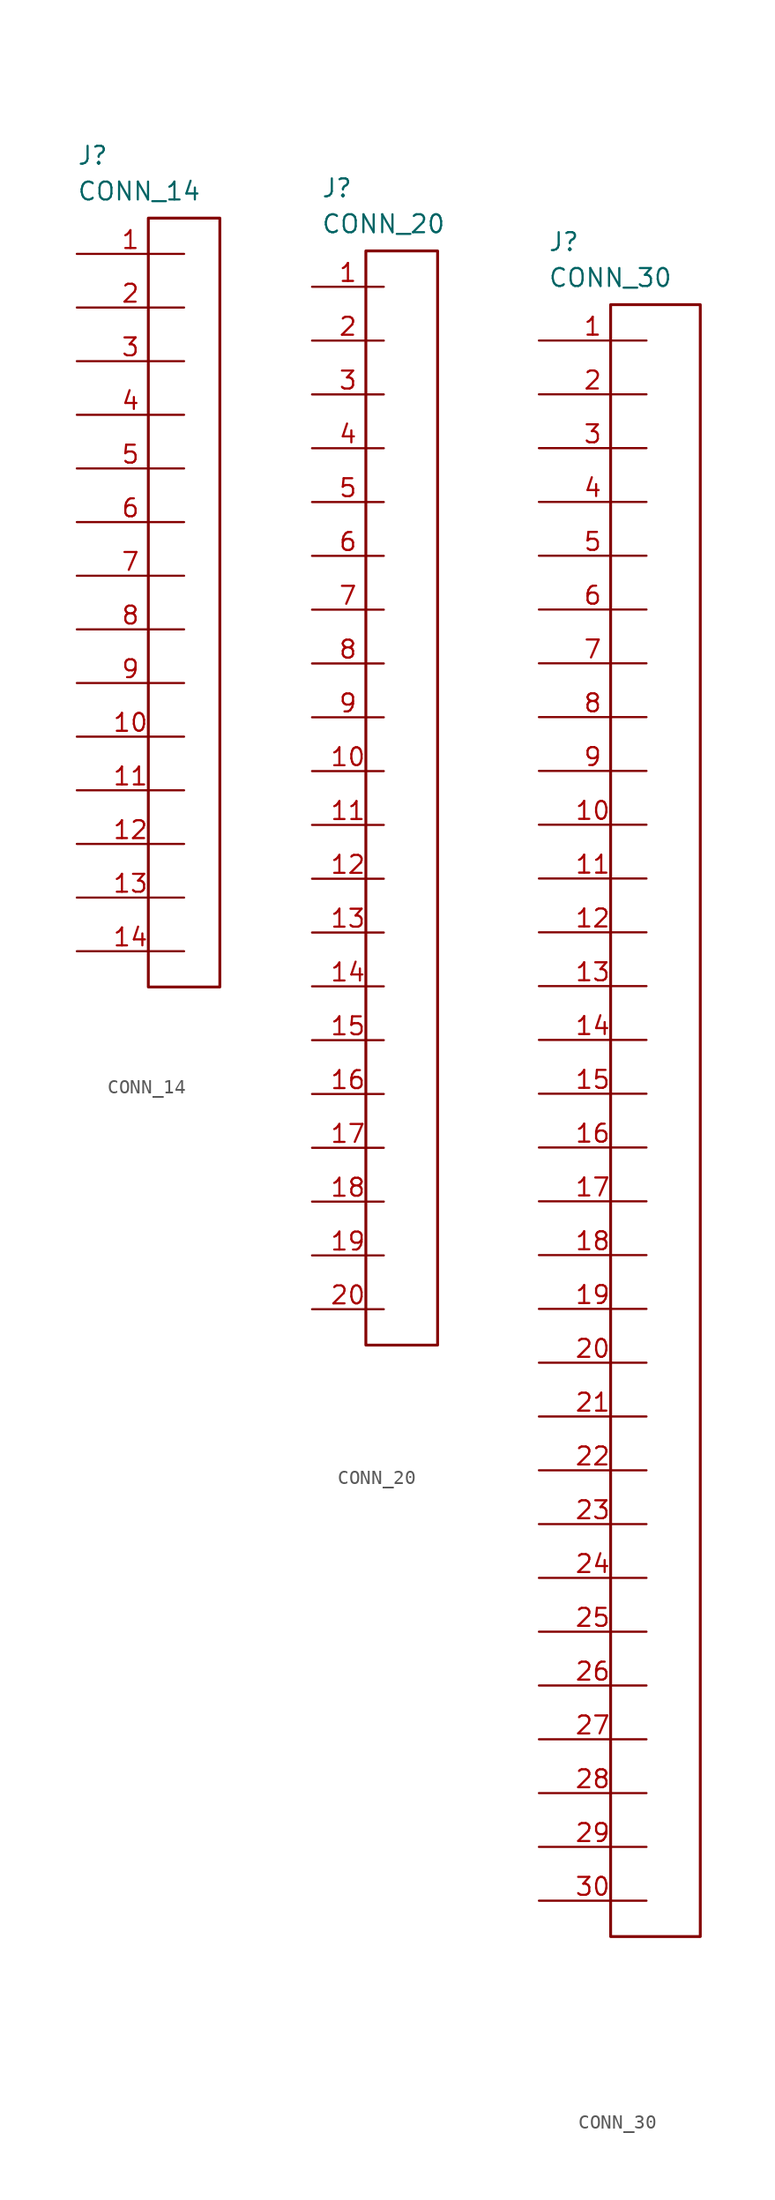
<source format=kicad_sym>
(kicad_symbol_lib
  (version 20211014)
  (generator kicad_symbol_editor)
  (symbol "CONN_14"
    (property "Reference" "J"
      (at -5.08 32.385 0)
      (effects (font (size 1.27 1.27)) (justify left)))
    (property "Value" "CONN_14"
      (at -5.08 29.845 0)
      (effects (font (size 1.27 1.27)) (justify left)))
    (property "ki_locked" ""
      (at 0 0 0)
      (effects (font (size 1.27 1.27))))
    (symbol "CONN_14_0_0"
      (rectangle (start 0 27.94) (end 5.08 -26.67) (stroke (width 0.203) (type default) (color 0 0 0 0)) (fill (type none))))
    (symbol "CONN_14_1_0"
      (pin unspecified line (at -5.08 25.4 0) (length 7.62) (name "~" (effects (font (size 1.27 1.27)))) (number "1" (effects (font (size 1.27 1.27)))))
      (pin unspecified line (at -5.08 -8.89 0) (length 7.62) (name "~" (effects (font (size 1.27 1.27)))) (number "10" (effects (font (size 1.27 1.27)))))
      (pin unspecified line (at -5.08 -12.7 0) (length 7.62) (name "~" (effects (font (size 1.27 1.27)))) (number "11" (effects (font (size 1.27 1.27)))))
      (pin unspecified line (at -5.08 -16.51 0) (length 7.62) (name "~" (effects (font (size 1.27 1.27)))) (number "12" (effects (font (size 1.27 1.27)))))
      (pin unspecified line (at -5.08 -20.32 0) (length 7.62) (name "~" (effects (font (size 1.27 1.27)))) (number "13" (effects (font (size 1.27 1.27)))))
      (pin unspecified line (at -5.08 -24.13 0) (length 7.62) (name "~" (effects (font (size 1.27 1.27)))) (number "14" (effects (font (size 1.27 1.27)))))
      (pin unspecified line (at -5.08 21.59 0) (length 7.62) (name "~" (effects (font (size 1.27 1.27)))) (number "2" (effects (font (size 1.27 1.27)))))
      (pin unspecified line (at -5.08 17.78 0) (length 7.62) (name "~" (effects (font (size 1.27 1.27)))) (number "3" (effects (font (size 1.27 1.27)))))
      (pin unspecified line (at -5.08 13.97 0) (length 7.62) (name "~" (effects (font (size 1.27 1.27)))) (number "4" (effects (font (size 1.27 1.27)))))
      (pin unspecified line (at -5.08 10.16 0) (length 7.62) (name "~" (effects (font (size 1.27 1.27)))) (number "5" (effects (font (size 1.27 1.27)))))
      (pin unspecified line (at -5.08 6.35 0) (length 7.62) (name "~" (effects (font (size 1.27 1.27)))) (number "6" (effects (font (size 1.27 1.27)))))
      (pin unspecified line (at -5.08 2.54 0) (length 7.62) (name "~" (effects (font (size 1.27 1.27)))) (number "7" (effects (font (size 1.27 1.27)))))
      (pin unspecified line (at -5.08 -1.27 0) (length 7.62) (name "~" (effects (font (size 1.27 1.27)))) (number "8" (effects (font (size 1.27 1.27)))))
      (pin unspecified line (at -5.08 -5.08 0) (length 7.62) (name "~" (effects (font (size 1.27 1.27)))) (number "9" (effects (font (size 1.27 1.27)))))))
  (symbol "CONN_20"
    (property "Reference" "J"
      (at -4.445 43.815 0)
      (effects (font (size 1.27 1.27)) (justify left)))
    (property "Value" "CONN_20"
      (at -4.445 41.275 0)
      (effects (font (size 1.27 1.27)) (justify left)))
    (property "ki_locked" ""
      (at 0 0 0)
      (effects (font (size 1.27 1.27))))
    (symbol "CONN_20_0_0"
      (rectangle (start -1.27 39.37) (end 3.81 -38.1) (stroke (width 0.203) (type default) (color 0 0 0 0)) (fill (type none))))
    (symbol "CONN_20_1_0"
      (pin unspecified line (at -5.08 36.83 0) (length 5.08) (name "~" (effects (font (size 1.27 1.27)))) (number "1" (effects (font (size 1.27 1.27)))))
      (pin unspecified line (at -5.08 2.54 0) (length 5.08) (name "~" (effects (font (size 1.27 1.27)))) (number "10" (effects (font (size 1.27 1.27)))))
      (pin unspecified line (at -5.08 -1.27 0) (length 5.08) (name "~" (effects (font (size 1.27 1.27)))) (number "11" (effects (font (size 1.27 1.27)))))
      (pin unspecified line (at -5.08 -5.08 0) (length 5.08) (name "~" (effects (font (size 1.27 1.27)))) (number "12" (effects (font (size 1.27 1.27)))))
      (pin unspecified line (at -5.08 -8.89 0) (length 5.08) (name "~" (effects (font (size 1.27 1.27)))) (number "13" (effects (font (size 1.27 1.27)))))
      (pin unspecified line (at -5.08 -12.7 0) (length 5.08) (name "~" (effects (font (size 1.27 1.27)))) (number "14" (effects (font (size 1.27 1.27)))))
      (pin unspecified line (at -5.08 -16.51 0) (length 5.08) (name "~" (effects (font (size 1.27 1.27)))) (number "15" (effects (font (size 1.27 1.27)))))
      (pin unspecified line (at -5.08 -20.32 0) (length 5.08) (name "~" (effects (font (size 1.27 1.27)))) (number "16" (effects (font (size 1.27 1.27)))))
      (pin unspecified line (at -5.08 -24.13 0) (length 5.08) (name "~" (effects (font (size 1.27 1.27)))) (number "17" (effects (font (size 1.27 1.27)))))
      (pin unspecified line (at -5.08 -27.94 0) (length 5.08) (name "~" (effects (font (size 1.27 1.27)))) (number "18" (effects (font (size 1.27 1.27)))))
      (pin unspecified line (at -5.08 -31.75 0) (length 5.08) (name "~" (effects (font (size 1.27 1.27)))) (number "19" (effects (font (size 1.27 1.27)))))
      (pin unspecified line (at -5.08 33.02 0) (length 5.08) (name "~" (effects (font (size 1.27 1.27)))) (number "2" (effects (font (size 1.27 1.27)))))
      (pin unspecified line (at -5.08 -35.56 0) (length 5.08) (name "~" (effects (font (size 1.27 1.27)))) (number "20" (effects (font (size 1.27 1.27)))))
      (pin unspecified line (at -5.08 29.21 0) (length 5.08) (name "~" (effects (font (size 1.27 1.27)))) (number "3" (effects (font (size 1.27 1.27)))))
      (pin unspecified line (at -5.08 25.4 0) (length 5.08) (name "~" (effects (font (size 1.27 1.27)))) (number "4" (effects (font (size 1.27 1.27)))))
      (pin unspecified line (at -5.08 21.59 0) (length 5.08) (name "~" (effects (font (size 1.27 1.27)))) (number "5" (effects (font (size 1.27 1.27)))))
      (pin unspecified line (at -5.08 17.78 0) (length 5.08) (name "~" (effects (font (size 1.27 1.27)))) (number "6" (effects (font (size 1.27 1.27)))))
      (pin unspecified line (at -5.08 13.97 0) (length 5.08) (name "~" (effects (font (size 1.27 1.27)))) (number "7" (effects (font (size 1.27 1.27)))))
      (pin unspecified line (at -5.08 10.16 0) (length 5.08) (name "~" (effects (font (size 1.27 1.27)))) (number "8" (effects (font (size 1.27 1.27)))))
      (pin unspecified line (at -5.08 6.35 0) (length 5.08) (name "~" (effects (font (size 1.27 1.27)))) (number "9" (effects (font (size 1.27 1.27)))))))
  (symbol "CONN_30"
    (property "Reference" "J"
      (at -5.715 62.865 0)
      (effects (font (size 1.27 1.27)) (justify left)))
    (property "Value" "CONN_30"
      (at -5.715 60.325 0)
      (effects (font (size 1.27 1.27)) (justify left)))
    (property "ki_locked" ""
      (at 0 0 0)
      (effects (font (size 1.27 1.27))))
    (symbol "CONN_30_0_0"
      (rectangle (start -1.27 58.42) (end 5.08 -57.15) (stroke (width 0.203) (type default) (color 0 0 0 0)) (fill (type none))))
    (symbol "CONN_30_1_0"
      (pin unspecified line (at -6.35 55.88 0) (length 7.62) (name "~" (effects (font (size 1.27 1.27)))) (number "1" (effects (font (size 1.27 1.27)))))
      (pin unspecified line (at -6.35 21.59 0) (length 7.62) (name "~" (effects (font (size 1.27 1.27)))) (number "10" (effects (font (size 1.27 1.27)))))
      (pin unspecified line (at -6.35 17.78 0) (length 7.62) (name "~" (effects (font (size 1.27 1.27)))) (number "11" (effects (font (size 1.27 1.27)))))
      (pin unspecified line (at -6.35 13.97 0) (length 7.62) (name "~" (effects (font (size 1.27 1.27)))) (number "12" (effects (font (size 1.27 1.27)))))
      (pin unspecified line (at -6.35 10.16 0) (length 7.62) (name "~" (effects (font (size 1.27 1.27)))) (number "13" (effects (font (size 1.27 1.27)))))
      (pin unspecified line (at -6.35 6.35 0) (length 7.62) (name "~" (effects (font (size 1.27 1.27)))) (number "14" (effects (font (size 1.27 1.27)))))
      (pin unspecified line (at -6.35 2.54 0) (length 7.62) (name "~" (effects (font (size 1.27 1.27)))) (number "15" (effects (font (size 1.27 1.27)))))
      (pin unspecified line (at -6.35 -1.27 0) (length 7.62) (name "~" (effects (font (size 1.27 1.27)))) (number "16" (effects (font (size 1.27 1.27)))))
      (pin unspecified line (at -6.35 -5.08 0) (length 7.62) (name "~" (effects (font (size 1.27 1.27)))) (number "17" (effects (font (size 1.27 1.27)))))
      (pin unspecified line (at -6.35 -8.89 0) (length 7.62) (name "~" (effects (font (size 1.27 1.27)))) (number "18" (effects (font (size 1.27 1.27)))))
      (pin unspecified line (at -6.35 -12.7 0) (length 7.62) (name "~" (effects (font (size 1.27 1.27)))) (number "19" (effects (font (size 1.27 1.27)))))
      (pin unspecified line (at -6.35 52.07 0) (length 7.62) (name "~" (effects (font (size 1.27 1.27)))) (number "2" (effects (font (size 1.27 1.27)))))
      (pin unspecified line (at -6.35 -16.51 0) (length 7.62) (name "~" (effects (font (size 1.27 1.27)))) (number "20" (effects (font (size 1.27 1.27)))))
      (pin unspecified line (at -6.35 -20.32 0) (length 7.62) (name "~" (effects (font (size 1.27 1.27)))) (number "21" (effects (font (size 1.27 1.27)))))
      (pin unspecified line (at -6.35 -24.13 0) (length 7.62) (name "~" (effects (font (size 1.27 1.27)))) (number "22" (effects (font (size 1.27 1.27)))))
      (pin unspecified line (at -6.35 -27.94 0) (length 7.62) (name "~" (effects (font (size 1.27 1.27)))) (number "23" (effects (font (size 1.27 1.27)))))
      (pin unspecified line (at -6.35 -31.75 0) (length 7.62) (name "~" (effects (font (size 1.27 1.27)))) (number "24" (effects (font (size 1.27 1.27)))))
      (pin unspecified line (at -6.35 -35.56 0) (length 7.62) (name "~" (effects (font (size 1.27 1.27)))) (number "25" (effects (font (size 1.27 1.27)))))
      (pin unspecified line (at -6.35 -39.37 0) (length 7.62) (name "~" (effects (font (size 1.27 1.27)))) (number "26" (effects (font (size 1.27 1.27)))))
      (pin unspecified line (at -6.35 -43.18 0) (length 7.62) (name "~" (effects (font (size 1.27 1.27)))) (number "27" (effects (font (size 1.27 1.27)))))
      (pin unspecified line (at -6.35 -46.99 0) (length 7.62) (name "~" (effects (font (size 1.27 1.27)))) (number "28" (effects (font (size 1.27 1.27)))))
      (pin unspecified line (at -6.35 -50.8 0) (length 7.62) (name "~" (effects (font (size 1.27 1.27)))) (number "29" (effects (font (size 1.27 1.27)))))
      (pin unspecified line (at -6.35 48.26 0) (length 7.62) (name "~" (effects (font (size 1.27 1.27)))) (number "3" (effects (font (size 1.27 1.27)))))
      (pin unspecified line (at -6.35 -54.61 0) (length 7.62) (name "~" (effects (font (size 1.27 1.27)))) (number "30" (effects (font (size 1.27 1.27)))))
      (pin unspecified line (at -6.35 44.45 0) (length 7.62) (name "~" (effects (font (size 1.27 1.27)))) (number "4" (effects (font (size 1.27 1.27)))))
      (pin unspecified line (at -6.35 40.64 0) (length 7.62) (name "~" (effects (font (size 1.27 1.27)))) (number "5" (effects (font (size 1.27 1.27)))))
      (pin unspecified line (at -6.35 36.83 0) (length 7.62) (name "~" (effects (font (size 1.27 1.27)))) (number "6" (effects (font (size 1.27 1.27)))))
      (pin unspecified line (at -6.35 33.02 0) (length 7.62) (name "~" (effects (font (size 1.27 1.27)))) (number "7" (effects (font (size 1.27 1.27)))))
      (pin unspecified line (at -6.35 29.21 0) (length 7.62) (name "~" (effects (font (size 1.27 1.27)))) (number "8" (effects (font (size 1.27 1.27)))))
      (pin unspecified line (at -6.35 25.4 0) (length 7.62) (name "~" (effects (font (size 1.27 1.27)))) (number "9" (effects (font (size 1.27 1.27))))))))
</source>
